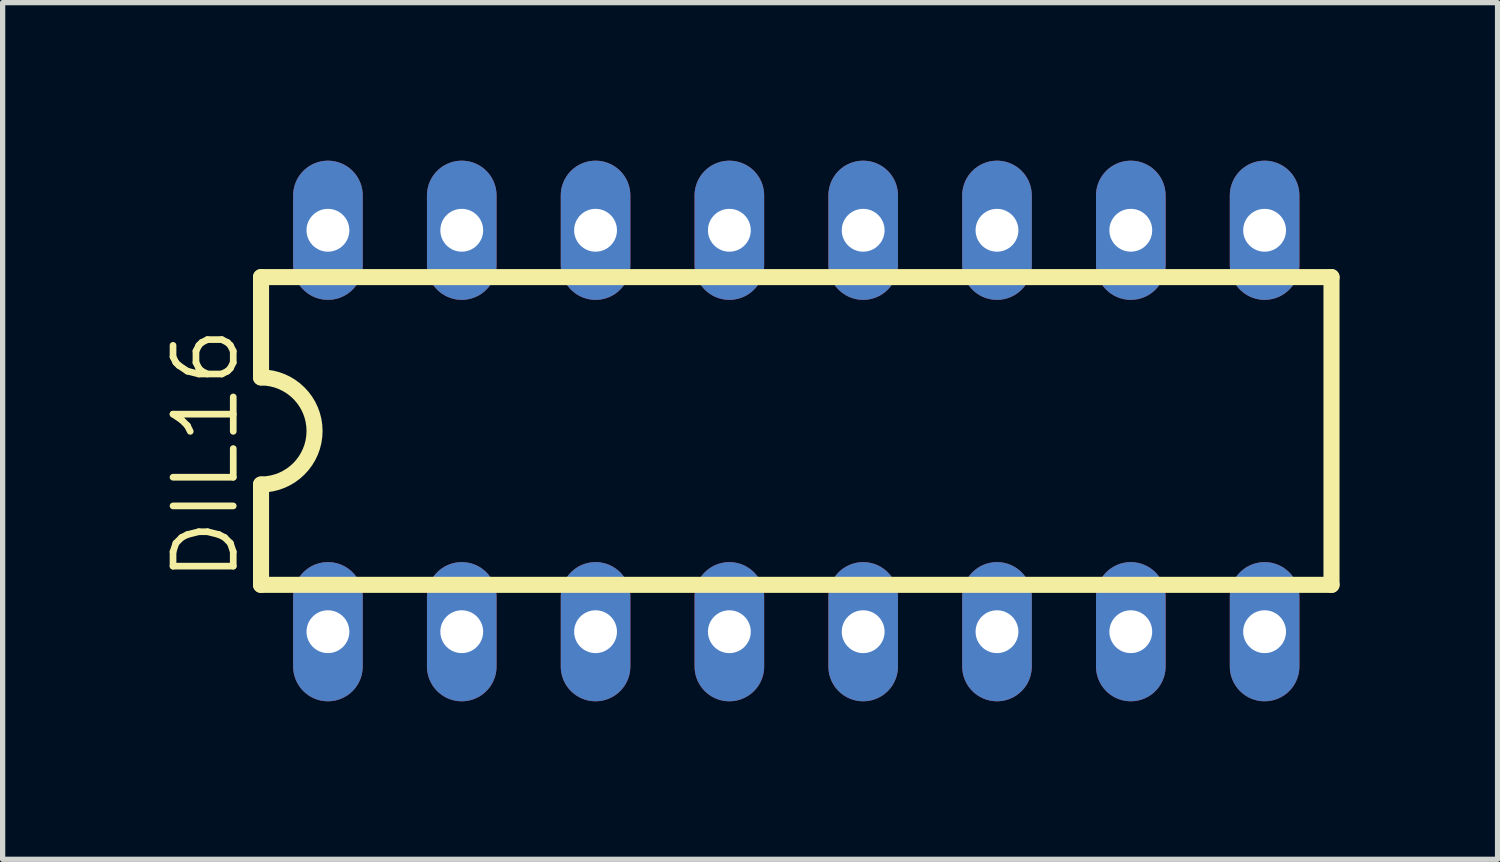
<source format=kicad_pcb>
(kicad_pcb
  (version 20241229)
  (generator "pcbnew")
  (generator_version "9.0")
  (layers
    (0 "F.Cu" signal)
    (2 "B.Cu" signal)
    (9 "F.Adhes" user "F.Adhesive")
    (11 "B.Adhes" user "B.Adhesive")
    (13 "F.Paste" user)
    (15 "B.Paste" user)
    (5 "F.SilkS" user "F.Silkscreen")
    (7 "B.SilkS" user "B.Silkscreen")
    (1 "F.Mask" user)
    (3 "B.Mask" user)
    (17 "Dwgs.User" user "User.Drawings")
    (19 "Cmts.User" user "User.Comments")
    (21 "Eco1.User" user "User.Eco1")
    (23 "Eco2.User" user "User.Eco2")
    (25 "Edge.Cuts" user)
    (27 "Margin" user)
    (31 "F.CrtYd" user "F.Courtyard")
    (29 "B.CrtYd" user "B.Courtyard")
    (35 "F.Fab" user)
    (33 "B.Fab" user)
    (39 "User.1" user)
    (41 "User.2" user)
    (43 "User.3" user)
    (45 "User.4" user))
  (footprint "DIL16"
    (layer "F.Cu")
    (at 12.065 5.131)
    (property "Reference" "DIL16" (at -10.541 2.921 90) (layer "F.SilkS") (effects (font (size 1.143 1.143) (thickness 0.127)) (justify left bottom)))
    (fp_line (start -10.16 -2.921) (end -10.16 -1.016) (stroke (width 0.305) (type solid)) (layer "F.SilkS"))
    (fp_line (start -10.16 2.921) (end -10.16 1.016) (stroke (width 0.305) (type solid)) (layer "F.SilkS"))
    (fp_line (start -10.16 2.921) (end 10.16 2.921) (stroke (width 0.305) (type solid)) (layer "F.SilkS"))
    (fp_line (start 10.16 -2.921) (end -10.16 -2.921) (stroke (width 0.305) (type solid)) (layer "F.SilkS"))
    (fp_line (start 10.16 -2.921) (end 10.16 2.921) (stroke (width 0.305) (type solid)) (layer "F.SilkS"))
    (fp_arc (start -10.16 -1.016) (mid -9.144 0) (end -10.16 1.016) (stroke (width 0.3048) (type solid)) (layer "F.SilkS"))
    (pad "1" thru_hole oval (at -8.89 3.81 90) (size 2.642 1.321) (drill 0.813) (layers "*.Cu" "*.Mask"))
    (pad "2" thru_hole oval (at -6.35 3.81 90) (size 2.642 1.321) (drill 0.813) (layers "*.Cu" "*.Mask"))
    (pad "3" thru_hole oval (at -3.81 3.81 90) (size 2.642 1.321) (drill 0.813) (layers "*.Cu" "*.Mask"))
    (pad "4" thru_hole oval (at -1.27 3.81 90) (size 2.642 1.321) (drill 0.813) (layers "*.Cu" "*.Mask"))
    (pad "5" thru_hole oval (at 1.27 3.81 90) (size 2.642 1.321) (drill 0.813) (layers "*.Cu" "*.Mask"))
    (pad "6" thru_hole oval (at 3.81 3.81 90) (size 2.642 1.321) (drill 0.813) (layers "*.Cu" "*.Mask"))
    (pad "7" thru_hole oval (at 6.35 3.81 90) (size 2.642 1.321) (drill 0.813) (layers "*.Cu" "*.Mask"))
    (pad "8" thru_hole oval (at 8.89 3.81 90) (size 2.642 1.321) (drill 0.813) (layers "*.Cu" "*.Mask"))
    (pad "9" thru_hole oval (at 8.89 -3.81 90) (size 2.642 1.321) (drill 0.813) (layers "*.Cu" "*.Mask"))
    (pad "10" thru_hole oval (at 6.35 -3.81 90) (size 2.642 1.321) (drill 0.813) (layers "*.Cu" "*.Mask"))
    (pad "11" thru_hole oval (at 3.81 -3.81 90) (size 2.642 1.321) (drill 0.813) (layers "*.Cu" "*.Mask"))
    (pad "12" thru_hole oval (at 1.27 -3.81 90) (size 2.642 1.321) (drill 0.813) (layers "*.Cu" "*.Mask"))
    (pad "13" thru_hole oval (at -1.27 -3.81 90) (size 2.642 1.321) (drill 0.813) (layers "*.Cu" "*.Mask"))
    (pad "14" thru_hole oval (at -3.81 -3.81 90) (size 2.642 1.321) (drill 0.813) (layers "*.Cu" "*.Mask"))
    (pad "15" thru_hole oval (at -6.35 -3.81 90) (size 2.642 1.321) (drill 0.813) (layers "*.Cu" "*.Mask"))
    (pad "16" thru_hole oval (at -8.89 -3.81 90) (size 2.642 1.321) (drill 0.813) (layers "*.Cu" "*.Mask")))
  (gr_rect
    (start -3 -3)
    (end 25.377 13.262)
    (stroke (width 0.1) (type default))
    (fill no)
    (layer "Edge.Cuts")))
</source>
